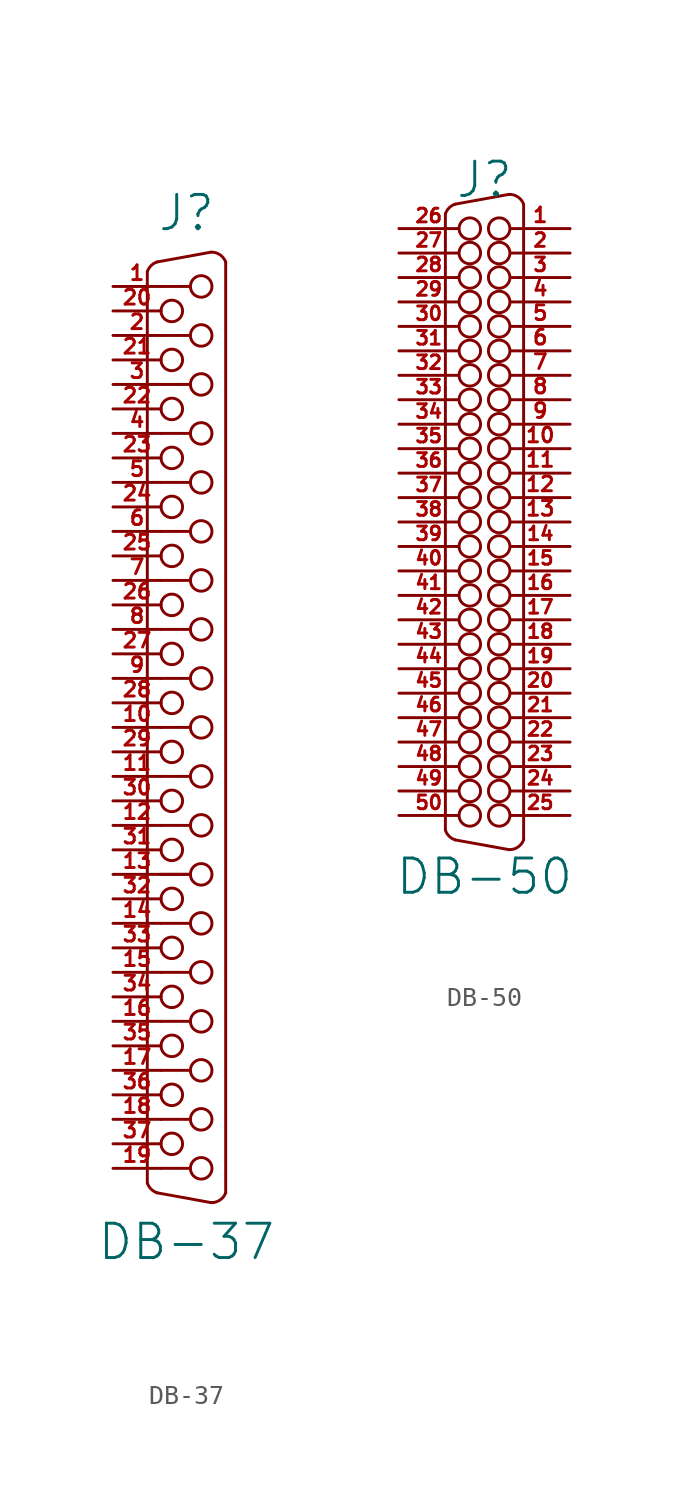
<source format=kicad_sym>
(kicad_symbol_lib
  (version 20220914)
  (generator kicad_symbol_editor)
  (symbol "DB-37"
    (pin_names
      (offset 1.016) hide)
    (property "Reference" "J"
      (at 0 26.67 0)
      (effects (font (size 1.778 1.778))))
    (property "Value" "DB-37"
      (at 0 -26.67 0)
      (effects (font (size 1.778 1.778))))
    (property "Footprint" ""
      (at 0 7.62 0)
      (effects (font (size 1.524 1.524))))
    (property "Datasheet" ""
      (at 0 0 0)
      (effects (font (size 1.524 1.524))))
    (symbol "DB-37_0_1"
      (arc (start -2.032 -23.622) (mid -1.838 -23.936) (end -1.524 -24.13) (stroke (width 0) (type solid)) (fill (type none)))
      (arc (start -1.524 24.13) (mid -1.838 23.936) (end -2.032 23.622) (stroke (width 0) (type solid)) (fill (type none)))
      (circle (center -0.762 -21.59) (radius 0.559) (stroke (width 0) (type solid)) (fill (type none)))
      (circle (center -0.762 -19.05) (radius 0.559) (stroke (width 0) (type solid)) (fill (type none)))
      (circle (center -0.762 -16.51) (radius 0.559) (stroke (width 0) (type solid)) (fill (type none)))
      (circle (center -0.762 -13.97) (radius 0.559) (stroke (width 0) (type solid)) (fill (type none)))
      (circle (center -0.762 -11.43) (radius 0.559) (stroke (width 0) (type solid)) (fill (type none)))
      (circle (center -0.762 -8.89) (radius 0.559) (stroke (width 0) (type solid)) (fill (type none)))
      (circle (center -0.762 -6.35) (radius 0.559) (stroke (width 0) (type solid)) (fill (type none)))
      (circle (center -0.762 -3.81) (radius 0.559) (stroke (width 0) (type solid)) (fill (type none)))
      (circle (center -0.762 -1.27) (radius 0.559) (stroke (width 0) (type solid)) (fill (type none)))
      (circle (center -0.762 1.27) (radius 0.559) (stroke (width 0) (type solid)) (fill (type none)))
      (circle (center -0.762 3.81) (radius 0.559) (stroke (width 0) (type solid)) (fill (type none)))
      (circle (center -0.762 6.35) (radius 0.559) (stroke (width 0) (type solid)) (fill (type none)))
      (circle (center -0.762 8.89) (radius 0.559) (stroke (width 0) (type solid)) (fill (type none)))
      (circle (center -0.762 11.43) (radius 0.559) (stroke (width 0) (type solid)) (fill (type none)))
      (circle (center -0.762 13.97) (radius 0.559) (stroke (width 0) (type solid)) (fill (type none)))
      (circle (center -0.762 16.51) (radius 0.559) (stroke (width 0) (type solid)) (fill (type none)))
      (circle (center -0.762 19.05) (radius 0.559) (stroke (width 0) (type solid)) (fill (type none)))
      (circle (center -0.762 21.59) (radius 0.559) (stroke (width 0) (type solid)) (fill (type none)))
      (polyline (pts (xy -2.032 23.622) (xy -2.032 -23.622)) (stroke (width 0) (type solid)) (fill (type none)))
      (polyline (pts (xy -1.321 -22.86) (xy 0.203 -22.86)) (stroke (width 0) (type solid)) (fill (type none)))
      (polyline (pts (xy -1.321 -20.32) (xy 0.203 -20.32)) (stroke (width 0) (type solid)) (fill (type none)))
      (polyline (pts (xy -1.321 -17.78) (xy 0.203 -17.78)) (stroke (width 0) (type solid)) (fill (type none)))
      (polyline (pts (xy -1.321 -15.24) (xy 0.203 -15.24)) (stroke (width 0) (type solid)) (fill (type none)))
      (polyline (pts (xy -1.321 -12.7) (xy 0.203 -12.7)) (stroke (width 0) (type solid)) (fill (type none)))
      (polyline (pts (xy -1.321 -10.16) (xy 0.203 -10.16)) (stroke (width 0) (type solid)) (fill (type none)))
      (polyline (pts (xy -1.321 -7.62) (xy 0.203 -7.62)) (stroke (width 0) (type solid)) (fill (type none)))
      (polyline (pts (xy -1.321 -7.62) (xy 0.203 -7.62)) (stroke (width 0) (type solid)) (fill (type none)))
      (polyline (pts (xy -1.321 -5.08) (xy 0.203 -5.08)) (stroke (width 0) (type solid)) (fill (type none)))
      (polyline (pts (xy -1.321 -2.54) (xy 0.203 -2.54)) (stroke (width 0) (type solid)) (fill (type none)))
      (polyline (pts (xy -1.321 0) (xy 0.203 0)) (stroke (width 0) (type solid)) (fill (type none)))
      (polyline (pts (xy -1.321 2.54) (xy 0.203 2.54)) (stroke (width 0) (type solid)) (fill (type none)))
      (polyline (pts (xy -1.321 5.08) (xy 0.203 5.08)) (stroke (width 0) (type solid)) (fill (type none)))
      (polyline (pts (xy -1.321 7.62) (xy 0.203 7.62)) (stroke (width 0) (type solid)) (fill (type none)))
      (polyline (pts (xy -1.321 10.16) (xy 0.203 10.16)) (stroke (width 0) (type solid)) (fill (type none)))
      (polyline (pts (xy -1.321 12.7) (xy 0.203 12.7)) (stroke (width 0) (type solid)) (fill (type none)))
      (polyline (pts (xy -1.321 15.24) (xy 0.203 15.24)) (stroke (width 0) (type solid)) (fill (type none)))
      (polyline (pts (xy -1.321 17.78) (xy 0.203 17.78)) (stroke (width 0) (type solid)) (fill (type none)))
      (polyline (pts (xy -1.321 20.32) (xy 0.203 20.32)) (stroke (width 0) (type solid)) (fill (type none)))
      (polyline (pts (xy -1.321 22.86) (xy 0.203 22.86)) (stroke (width 0) (type solid)) (fill (type none)))
      (polyline (pts (xy 2.032 24.13) (xy 2.032 -24.13)) (stroke (width 0) (type solid)) (fill (type none)))
      (polyline (pts (xy -1.524 -24.13) (xy 1.27 -24.638) (xy 1.27 -24.638)) (stroke (width 0) (type solid)) (fill (type none)))
      (polyline (pts (xy -1.524 24.13) (xy 1.27 24.638) (xy 1.27 24.638)) (stroke (width 0) (type solid)) (fill (type none)))
      (circle (center 0.762 -22.86) (radius 0.559) (stroke (width 0) (type solid)) (fill (type none)))
      (circle (center 0.762 -20.32) (radius 0.559) (stroke (width 0) (type solid)) (fill (type none)))
      (circle (center 0.762 -17.78) (radius 0.559) (stroke (width 0) (type solid)) (fill (type none)))
      (circle (center 0.762 -15.24) (radius 0.559) (stroke (width 0) (type solid)) (fill (type none)))
      (circle (center 0.762 -12.7) (radius 0.559) (stroke (width 0) (type solid)) (fill (type none)))
      (circle (center 0.762 -10.16) (radius 0.559) (stroke (width 0) (type solid)) (fill (type none)))
      (circle (center 0.762 -7.62) (radius 0.559) (stroke (width 0) (type solid)) (fill (type none)))
      (circle (center 0.762 -5.08) (radius 0.559) (stroke (width 0) (type solid)) (fill (type none)))
      (circle (center 0.762 -2.54) (radius 0.559) (stroke (width 0) (type solid)) (fill (type none)))
      (circle (center 0.762 0) (radius 0.559) (stroke (width 0) (type solid)) (fill (type none)))
      (circle (center 0.762 2.54) (radius 0.559) (stroke (width 0) (type solid)) (fill (type none)))
      (circle (center 0.762 5.08) (radius 0.559) (stroke (width 0) (type solid)) (fill (type none)))
      (circle (center 0.762 7.62) (radius 0.559) (stroke (width 0) (type solid)) (fill (type none)))
      (circle (center 0.762 10.16) (radius 0.559) (stroke (width 0) (type solid)) (fill (type none)))
      (circle (center 0.762 12.7) (radius 0.559) (stroke (width 0) (type solid)) (fill (type none)))
      (circle (center 0.762 15.24) (radius 0.559) (stroke (width 0) (type solid)) (fill (type none)))
      (circle (center 0.762 17.78) (radius 0.559) (stroke (width 0) (type solid)) (fill (type none)))
      (circle (center 0.762 20.32) (radius 0.559) (stroke (width 0) (type solid)) (fill (type none)))
      (circle (center 0.762 22.86) (radius 0.559) (stroke (width 0) (type solid)) (fill (type none)))
      (arc (start 1.27 -24.638) (mid 1.7324 -24.5061) (end 2.032 -24.13) (stroke (width 0) (type solid)) (fill (type none)))
      (arc (start 2.032 24.13) (mid 1.7324 24.5061) (end 1.27 24.638) (stroke (width 0) (type solid)) (fill (type none))))
    (symbol "DB-37_1_1"
      (pin passive line (at -3.81 22.86 0) (length 2.489) (name "~" (effects (font (size 0.762 0.762)))) (number "1" (effects (font (size 0.762 0.762)))))
      (pin passive line (at -3.81 0 0) (length 2.489) (name "~" (effects (font (size 0.762 0.762)))) (number "10" (effects (font (size 0.762 0.762)))))
      (pin passive line (at -3.81 -2.54 0) (length 2.489) (name "~" (effects (font (size 0.762 0.762)))) (number "11" (effects (font (size 0.762 0.762)))))
      (pin passive line (at -3.81 -5.08 0) (length 2.489) (name "~" (effects (font (size 0.762 0.762)))) (number "12" (effects (font (size 0.762 0.762)))))
      (pin passive line (at -3.81 -7.62 0) (length 2.489) (name "~" (effects (font (size 0.762 0.762)))) (number "13" (effects (font (size 0.762 0.762)))))
      (pin passive line (at -3.81 -10.16 0) (length 2.489) (name "~" (effects (font (size 0.762 0.762)))) (number "14" (effects (font (size 0.762 0.762)))))
      (pin passive line (at -3.81 -12.7 0) (length 2.489) (name "~" (effects (font (size 0.762 0.762)))) (number "15" (effects (font (size 0.762 0.762)))))
      (pin passive line (at -3.81 -15.24 0) (length 2.489) (name "~" (effects (font (size 0.762 0.762)))) (number "16" (effects (font (size 0.762 0.762)))))
      (pin passive line (at -3.81 -17.78 0) (length 2.489) (name "~" (effects (font (size 0.762 0.762)))) (number "17" (effects (font (size 0.762 0.762)))))
      (pin passive line (at -3.81 -20.32 0) (length 2.489) (name "~" (effects (font (size 0.762 0.762)))) (number "18" (effects (font (size 0.762 0.762)))))
      (pin passive line (at -3.81 -22.86 0) (length 2.489) (name "~" (effects (font (size 0.762 0.762)))) (number "19" (effects (font (size 0.762 0.762)))))
      (pin passive line (at -3.81 20.32 0) (length 2.489) (name "~" (effects (font (size 0.762 0.762)))) (number "2" (effects (font (size 0.762 0.762)))))
      (pin passive line (at -3.81 21.59 0) (length 2.489) (name "~" (effects (font (size 0.762 0.762)))) (number "20" (effects (font (size 0.762 0.762)))))
      (pin passive line (at -3.81 19.05 0) (length 2.489) (name "~" (effects (font (size 0.762 0.762)))) (number "21" (effects (font (size 0.762 0.762)))))
      (pin passive line (at -3.81 16.51 0) (length 2.489) (name "~" (effects (font (size 0.762 0.762)))) (number "22" (effects (font (size 0.762 0.762)))))
      (pin passive line (at -3.81 13.97 0) (length 2.489) (name "~" (effects (font (size 0.762 0.762)))) (number "23" (effects (font (size 0.762 0.762)))))
      (pin passive line (at -3.81 11.43 0) (length 2.489) (name "~" (effects (font (size 0.762 0.762)))) (number "24" (effects (font (size 0.762 0.762)))))
      (pin passive line (at -3.81 8.89 0) (length 2.489) (name "~" (effects (font (size 0.762 0.762)))) (number "25" (effects (font (size 0.762 0.762)))))
      (pin passive line (at -3.81 6.35 0) (length 2.489) (name "~" (effects (font (size 0.762 0.762)))) (number "26" (effects (font (size 0.762 0.762)))))
      (pin passive line (at -3.81 3.81 0) (length 2.489) (name "~" (effects (font (size 0.762 0.762)))) (number "27" (effects (font (size 0.762 0.762)))))
      (pin passive line (at -3.81 1.27 0) (length 2.489) (name "~" (effects (font (size 0.762 0.762)))) (number "28" (effects (font (size 0.762 0.762)))))
      (pin passive line (at -3.81 -1.27 0) (length 2.489) (name "~" (effects (font (size 0.762 0.762)))) (number "29" (effects (font (size 0.762 0.762)))))
      (pin passive line (at -3.81 17.78 0) (length 2.489) (name "~" (effects (font (size 0.762 0.762)))) (number "3" (effects (font (size 0.762 0.762)))))
      (pin passive line (at -3.81 -3.81 0) (length 2.489) (name "~" (effects (font (size 0.762 0.762)))) (number "30" (effects (font (size 0.762 0.762)))))
      (pin passive line (at -3.81 -6.35 0) (length 2.489) (name "~" (effects (font (size 0.762 0.762)))) (number "31" (effects (font (size 0.762 0.762)))))
      (pin passive line (at -3.81 -8.89 0) (length 2.489) (name "~" (effects (font (size 0.762 0.762)))) (number "32" (effects (font (size 0.762 0.762)))))
      (pin passive line (at -3.81 -11.43 0) (length 2.489) (name "~" (effects (font (size 0.762 0.762)))) (number "33" (effects (font (size 0.762 0.762)))))
      (pin passive line (at -3.81 -13.97 0) (length 2.489) (name "~" (effects (font (size 0.762 0.762)))) (number "34" (effects (font (size 0.762 0.762)))))
      (pin passive line (at -3.81 -16.51 0) (length 2.489) (name "~" (effects (font (size 0.762 0.762)))) (number "35" (effects (font (size 0.762 0.762)))))
      (pin passive line (at -3.81 -19.05 0) (length 2.489) (name "~" (effects (font (size 0.762 0.762)))) (number "36" (effects (font (size 0.762 0.762)))))
      (pin passive line (at -3.81 -21.59 0) (length 2.489) (name "~" (effects (font (size 0.762 0.762)))) (number "37" (effects (font (size 0.762 0.762)))))
      (pin passive line (at -3.81 15.24 0) (length 2.489) (name "~" (effects (font (size 0.762 0.762)))) (number "4" (effects (font (size 0.762 0.762)))))
      (pin passive line (at -3.81 12.7 0) (length 2.489) (name "~" (effects (font (size 0.762 0.762)))) (number "5" (effects (font (size 0.762 0.762)))))
      (pin passive line (at -3.81 10.16 0) (length 2.489) (name "~" (effects (font (size 0.762 0.762)))) (number "6" (effects (font (size 0.762 0.762)))))
      (pin passive line (at -3.81 7.62 0) (length 2.489) (name "~" (effects (font (size 0.762 0.762)))) (number "7" (effects (font (size 0.762 0.762)))))
      (pin passive line (at -3.81 5.08 0) (length 2.489) (name "~" (effects (font (size 0.762 0.762)))) (number "8" (effects (font (size 0.762 0.762)))))
      (pin passive line (at -3.81 2.54 0) (length 2.489) (name "~" (effects (font (size 0.762 0.762)))) (number "9" (effects (font (size 0.762 0.762)))))))
  (symbol "DB-50"
    (pin_names
      (offset 1.016) hide)
    (property "Reference" "J"
      (at 0 17.78 0)
      (effects (font (size 1.778 1.778))))
    (property "Value" "DB-50"
      (at 0 -18.415 0)
      (effects (font (size 1.778 1.778))))
    (property "Footprint" ""
      (at 0 0 0)
      (effects (font (size 1.524 1.524))))
    (property "Datasheet" ""
      (at 0 0 0)
      (effects (font (size 1.524 1.524))))
    (symbol "DB-50_0_1"
      (arc (start -2.032 -16.002) (mid -1.838 -16.316) (end -1.524 -16.51) (stroke (width 0) (type solid)) (fill (type none)))
      (arc (start -1.524 16.51) (mid -1.838 16.316) (end -2.032 16.002) (stroke (width 0) (type solid)) (fill (type none)))
      (circle (center -0.762 -15.24) (radius 0.559) (stroke (width 0) (type solid)) (fill (type none)))
      (circle (center -0.762 -13.97) (radius 0.559) (stroke (width 0) (type solid)) (fill (type none)))
      (circle (center -0.762 -12.7) (radius 0.559) (stroke (width 0) (type solid)) (fill (type none)))
      (circle (center -0.762 -11.43) (radius 0.559) (stroke (width 0) (type solid)) (fill (type none)))
      (circle (center -0.762 -10.16) (radius 0.559) (stroke (width 0) (type solid)) (fill (type none)))
      (circle (center -0.762 -8.89) (radius 0.559) (stroke (width 0) (type solid)) (fill (type none)))
      (circle (center -0.762 -7.62) (radius 0.559) (stroke (width 0) (type solid)) (fill (type none)))
      (circle (center -0.762 -6.35) (radius 0.559) (stroke (width 0) (type solid)) (fill (type none)))
      (circle (center -0.762 -5.08) (radius 0.559) (stroke (width 0) (type solid)) (fill (type none)))
      (circle (center -0.762 -3.81) (radius 0.559) (stroke (width 0) (type solid)) (fill (type none)))
      (circle (center -0.762 -2.54) (radius 0.559) (stroke (width 0) (type solid)) (fill (type none)))
      (circle (center -0.762 -1.27) (radius 0.559) (stroke (width 0) (type solid)) (fill (type none)))
      (circle (center -0.762 0) (radius 0.559) (stroke (width 0) (type solid)) (fill (type none)))
      (circle (center -0.762 1.27) (radius 0.559) (stroke (width 0) (type solid)) (fill (type none)))
      (circle (center -0.762 2.54) (radius 0.559) (stroke (width 0) (type solid)) (fill (type none)))
      (circle (center -0.762 3.81) (radius 0.559) (stroke (width 0) (type solid)) (fill (type none)))
      (circle (center -0.762 5.08) (radius 0.559) (stroke (width 0) (type solid)) (fill (type none)))
      (circle (center -0.762 6.35) (radius 0.559) (stroke (width 0) (type solid)) (fill (type none)))
      (circle (center -0.762 7.62) (radius 0.559) (stroke (width 0) (type solid)) (fill (type none)))
      (circle (center -0.762 8.89) (radius 0.559) (stroke (width 0) (type solid)) (fill (type none)))
      (circle (center -0.762 10.16) (radius 0.559) (stroke (width 0) (type solid)) (fill (type none)))
      (circle (center -0.762 11.43) (radius 0.559) (stroke (width 0) (type solid)) (fill (type none)))
      (circle (center -0.762 12.7) (radius 0.559) (stroke (width 0) (type solid)) (fill (type none)))
      (circle (center -0.762 13.97) (radius 0.559) (stroke (width 0) (type solid)) (fill (type none)))
      (circle (center -0.762 15.24) (radius 0.559) (stroke (width 0) (type solid)) (fill (type none)))
      (polyline (pts (xy -2.032 16.002) (xy -2.032 -15.977)) (stroke (width 0) (type solid)) (fill (type none)))
      (polyline (pts (xy 2.032 -16.51) (xy 2.032 16.485)) (stroke (width 0) (type solid)) (fill (type none)))
      (polyline (pts (xy -1.524 -16.51) (xy 1.27 -17.018) (xy 1.27 -17.018)) (stroke (width 0) (type solid)) (fill (type none)))
      (polyline (pts (xy -1.524 16.51) (xy 1.27 17.018) (xy 1.27 17.018)) (stroke (width 0) (type solid)) (fill (type none)))
      (circle (center 0.762 -15.24) (radius 0.559) (stroke (width 0) (type solid)) (fill (type none)))
      (circle (center 0.762 -13.97) (radius 0.559) (stroke (width 0) (type solid)) (fill (type none)))
      (circle (center 0.762 -12.7) (radius 0.559) (stroke (width 0) (type solid)) (fill (type none)))
      (circle (center 0.762 -11.43) (radius 0.559) (stroke (width 0) (type solid)) (fill (type none)))
      (circle (center 0.762 -10.16) (radius 0.559) (stroke (width 0) (type solid)) (fill (type none)))
      (circle (center 0.762 -8.89) (radius 0.559) (stroke (width 0) (type solid)) (fill (type none)))
      (circle (center 0.762 -7.62) (radius 0.559) (stroke (width 0) (type solid)) (fill (type none)))
      (circle (center 0.762 -6.35) (radius 0.559) (stroke (width 0) (type solid)) (fill (type none)))
      (circle (center 0.762 -5.08) (radius 0.559) (stroke (width 0) (type solid)) (fill (type none)))
      (circle (center 0.762 -3.81) (radius 0.559) (stroke (width 0) (type solid)) (fill (type none)))
      (circle (center 0.762 -2.54) (radius 0.559) (stroke (width 0) (type solid)) (fill (type none)))
      (circle (center 0.762 -1.27) (radius 0.559) (stroke (width 0) (type solid)) (fill (type none)))
      (circle (center 0.762 0) (radius 0.559) (stroke (width 0) (type solid)) (fill (type none)))
      (circle (center 0.762 1.27) (radius 0.559) (stroke (width 0) (type solid)) (fill (type none)))
      (circle (center 0.762 2.54) (radius 0.559) (stroke (width 0) (type solid)) (fill (type none)))
      (circle (center 0.762 3.81) (radius 0.559) (stroke (width 0) (type solid)) (fill (type none)))
      (circle (center 0.762 5.08) (radius 0.559) (stroke (width 0) (type solid)) (fill (type none)))
      (circle (center 0.762 6.35) (radius 0.559) (stroke (width 0) (type solid)) (fill (type none)))
      (circle (center 0.762 7.62) (radius 0.559) (stroke (width 0) (type solid)) (fill (type none)))
      (circle (center 0.762 8.89) (radius 0.559) (stroke (width 0) (type solid)) (fill (type none)))
      (circle (center 0.762 10.16) (radius 0.559) (stroke (width 0) (type solid)) (fill (type none)))
      (circle (center 0.762 11.43) (radius 0.559) (stroke (width 0) (type solid)) (fill (type none)))
      (circle (center 0.762 12.7) (radius 0.559) (stroke (width 0) (type solid)) (fill (type none)))
      (circle (center 0.762 13.97) (radius 0.559) (stroke (width 0) (type solid)) (fill (type none)))
      (circle (center 0.762 15.24) (radius 0.559) (stroke (width 0) (type solid)) (fill (type none)))
      (arc (start 1.27 -17.018) (mid 1.7324 -16.8861) (end 2.032 -16.51) (stroke (width 0) (type solid)) (fill (type none)))
      (arc (start 2.032 16.51) (mid 1.7324 16.8861) (end 1.27 17.018) (stroke (width 0) (type solid)) (fill (type none))))
    (symbol "DB-50_1_1"
      (pin passive line (at 4.445 15.24 180) (length 3.099) (name "~" (effects (font (size 0.762 0.762)))) (number "1" (effects (font (size 0.762 0.762)))))
      (pin passive line (at 4.445 3.81 180) (length 3.099) (name "~" (effects (font (size 0.762 0.762)))) (number "10" (effects (font (size 0.762 0.762)))))
      (pin passive line (at 4.445 2.54 180) (length 3.099) (name "~" (effects (font (size 0.762 0.762)))) (number "11" (effects (font (size 0.762 0.762)))))
      (pin passive line (at 4.445 1.27 180) (length 3.099) (name "~" (effects (font (size 0.762 0.762)))) (number "12" (effects (font (size 0.762 0.762)))))
      (pin passive line (at 4.445 0 180) (length 3.099) (name "~" (effects (font (size 0.762 0.762)))) (number "13" (effects (font (size 0.762 0.762)))))
      (pin passive line (at 4.445 -1.27 180) (length 3.099) (name "~" (effects (font (size 0.711 0.711)))) (number "14" (effects (font (size 0.711 0.711)))))
      (pin passive line (at 4.445 -2.54 180) (length 3.099) (name "~" (effects (font (size 0.711 0.711)))) (number "15" (effects (font (size 0.711 0.711)))))
      (pin passive line (at 4.445 -3.81 180) (length 3.099) (name "~" (effects (font (size 0.711 0.711)))) (number "16" (effects (font (size 0.711 0.711)))))
      (pin passive line (at 4.445 -5.08 180) (length 3.099) (name "~" (effects (font (size 0.711 0.711)))) (number "17" (effects (font (size 0.711 0.711)))))
      (pin passive line (at 4.445 -6.35 180) (length 3.099) (name "~" (effects (font (size 0.711 0.711)))) (number "18" (effects (font (size 0.711 0.711)))))
      (pin passive line (at 4.445 -7.62 180) (length 3.099) (name "~" (effects (font (size 0.711 0.711)))) (number "19" (effects (font (size 0.711 0.711)))))
      (pin passive line (at 4.445 13.97 180) (length 3.099) (name "~" (effects (font (size 0.711 0.711)))) (number "2" (effects (font (size 0.711 0.711)))))
      (pin passive line (at 4.445 -8.89 180) (length 3.099) (name "~" (effects (font (size 0.711 0.711)))) (number "20" (effects (font (size 0.711 0.711)))))
      (pin passive line (at 4.445 -10.16 180) (length 3.099) (name "~" (effects (font (size 0.711 0.711)))) (number "21" (effects (font (size 0.711 0.711)))))
      (pin passive line (at 4.445 -11.43 180) (length 3.099) (name "~" (effects (font (size 0.711 0.711)))) (number "22" (effects (font (size 0.711 0.711)))))
      (pin passive line (at 4.445 -12.7 180) (length 3.099) (name "~" (effects (font (size 0.711 0.711)))) (number "23" (effects (font (size 0.711 0.711)))))
      (pin passive line (at 4.445 -13.97 180) (length 3.099) (name "~" (effects (font (size 0.711 0.711)))) (number "24" (effects (font (size 0.711 0.711)))))
      (pin passive line (at 4.445 -15.24 180) (length 3.099) (name "~" (effects (font (size 0.711 0.711)))) (number "25" (effects (font (size 0.711 0.711)))))
      (pin passive line (at -4.445 15.24 0) (length 3.099) (name "~" (effects (font (size 0.711 0.711)))) (number "26" (effects (font (size 0.711 0.711)))))
      (pin passive line (at -4.445 13.97 0) (length 3.099) (name "~" (effects (font (size 0.711 0.711)))) (number "27" (effects (font (size 0.711 0.711)))))
      (pin passive line (at -4.445 12.7 0) (length 3.099) (name "~" (effects (font (size 0.711 0.711)))) (number "28" (effects (font (size 0.711 0.711)))))
      (pin passive line (at -4.445 11.43 0) (length 3.099) (name "~" (effects (font (size 0.711 0.711)))) (number "29" (effects (font (size 0.711 0.711)))))
      (pin passive line (at 4.445 12.7 180) (length 3.099) (name "~" (effects (font (size 0.711 0.711)))) (number "3" (effects (font (size 0.711 0.711)))))
      (pin passive line (at -4.445 10.16 0) (length 3.099) (name "~" (effects (font (size 0.711 0.711)))) (number "30" (effects (font (size 0.711 0.711)))))
      (pin passive line (at -4.445 8.89 0) (length 3.099) (name "~" (effects (font (size 0.711 0.711)))) (number "31" (effects (font (size 0.711 0.711)))))
      (pin passive line (at -4.445 7.62 0) (length 3.099) (name "~" (effects (font (size 0.711 0.711)))) (number "32" (effects (font (size 0.711 0.711)))))
      (pin passive line (at -4.445 6.35 0) (length 3.099) (name "~" (effects (font (size 0.711 0.711)))) (number "33" (effects (font (size 0.711 0.711)))))
      (pin passive line (at -4.445 5.08 0) (length 3.099) (name "~" (effects (font (size 0.711 0.711)))) (number "34" (effects (font (size 0.711 0.711)))))
      (pin passive line (at -4.445 3.81 0) (length 3.099) (name "~" (effects (font (size 0.711 0.711)))) (number "35" (effects (font (size 0.711 0.711)))))
      (pin passive line (at -4.445 2.54 0) (length 3.099) (name "~" (effects (font (size 0.711 0.711)))) (number "36" (effects (font (size 0.711 0.711)))))
      (pin passive line (at -4.445 1.27 0) (length 3.099) (name "~" (effects (font (size 0.711 0.711)))) (number "37" (effects (font (size 0.711 0.711)))))
      (pin passive line (at -4.445 0 0) (length 3.099) (name "~" (effects (font (size 0.711 0.711)))) (number "38" (effects (font (size 0.711 0.711)))))
      (pin passive line (at -4.445 -1.27 0) (length 3.099) (name "~" (effects (font (size 0.711 0.711)))) (number "39" (effects (font (size 0.711 0.711)))))
      (pin passive line (at 4.445 11.43 180) (length 3.099) (name "~" (effects (font (size 0.762 0.762)))) (number "4" (effects (font (size 0.762 0.762)))))
      (pin passive line (at -4.445 -2.54 0) (length 3.099) (name "~" (effects (font (size 0.711 0.711)))) (number "40" (effects (font (size 0.711 0.711)))))
      (pin passive line (at -4.445 -3.81 0) (length 3.099) (name "~" (effects (font (size 0.711 0.711)))) (number "41" (effects (font (size 0.711 0.711)))))
      (pin passive line (at -4.445 -5.08 0) (length 3.099) (name "~" (effects (font (size 0.711 0.711)))) (number "42" (effects (font (size 0.711 0.711)))))
      (pin passive line (at -4.445 -6.35 0) (length 3.099) (name "~" (effects (font (size 0.711 0.711)))) (number "43" (effects (font (size 0.711 0.711)))))
      (pin passive line (at -4.445 -7.62 0) (length 3.099) (name "~" (effects (font (size 0.711 0.711)))) (number "44" (effects (font (size 0.711 0.711)))))
      (pin passive line (at -4.445 -8.89 0) (length 3.099) (name "~" (effects (font (size 0.711 0.711)))) (number "45" (effects (font (size 0.711 0.711)))))
      (pin passive line (at -4.445 -10.16 0) (length 3.099) (name "~" (effects (font (size 0.711 0.711)))) (number "46" (effects (font (size 0.711 0.711)))))
      (pin passive line (at -4.445 -11.43 0) (length 3.099) (name "~" (effects (font (size 0.711 0.711)))) (number "47" (effects (font (size 0.711 0.711)))))
      (pin passive line (at -4.445 -12.7 0) (length 3.099) (name "~" (effects (font (size 0.711 0.711)))) (number "48" (effects (font (size 0.711 0.711)))))
      (pin passive line (at -4.445 -13.97 0) (length 3.099) (name "~" (effects (font (size 0.711 0.711)))) (number "49" (effects (font (size 0.711 0.711)))))
      (pin passive line (at 4.445 10.16 180) (length 3.099) (name "~" (effects (font (size 0.762 0.762)))) (number "5" (effects (font (size 0.762 0.762)))))
      (pin passive line (at -4.445 -15.24 0) (length 3.099) (name "~" (effects (font (size 0.711 0.711)))) (number "50" (effects (font (size 0.711 0.711)))))
      (pin passive line (at 4.445 8.89 180) (length 3.099) (name "~" (effects (font (size 0.762 0.762)))) (number "6" (effects (font (size 0.762 0.762)))))
      (pin passive line (at 4.445 7.62 180) (length 3.099) (name "~" (effects (font (size 0.762 0.762)))) (number "7" (effects (font (size 0.762 0.762)))))
      (pin passive line (at 4.445 6.35 180) (length 3.099) (name "~" (effects (font (size 0.762 0.762)))) (number "8" (effects (font (size 0.762 0.762)))))
      (pin passive line (at 4.445 5.08 180) (length 3.099) (name "~" (effects (font (size 0.762 0.762)))) (number "9" (effects (font (size 0.762 0.762))))))))
</source>
